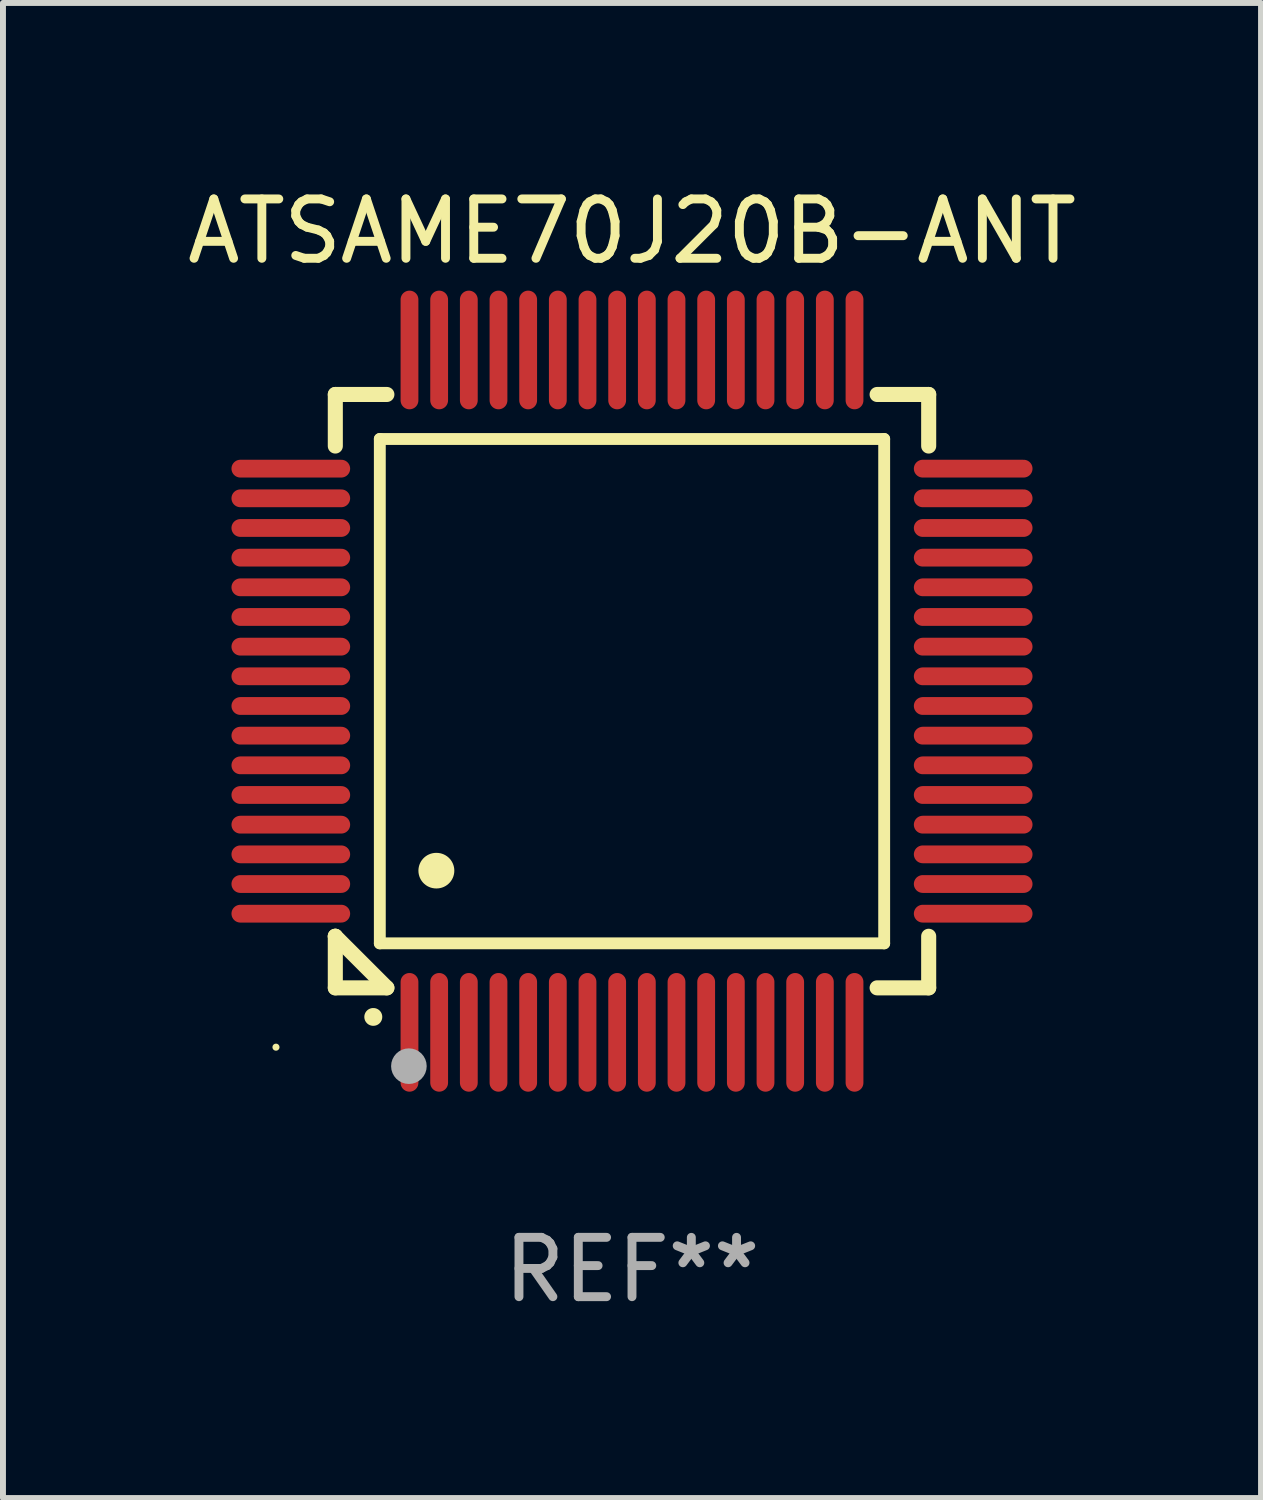
<source format=kicad_pcb>
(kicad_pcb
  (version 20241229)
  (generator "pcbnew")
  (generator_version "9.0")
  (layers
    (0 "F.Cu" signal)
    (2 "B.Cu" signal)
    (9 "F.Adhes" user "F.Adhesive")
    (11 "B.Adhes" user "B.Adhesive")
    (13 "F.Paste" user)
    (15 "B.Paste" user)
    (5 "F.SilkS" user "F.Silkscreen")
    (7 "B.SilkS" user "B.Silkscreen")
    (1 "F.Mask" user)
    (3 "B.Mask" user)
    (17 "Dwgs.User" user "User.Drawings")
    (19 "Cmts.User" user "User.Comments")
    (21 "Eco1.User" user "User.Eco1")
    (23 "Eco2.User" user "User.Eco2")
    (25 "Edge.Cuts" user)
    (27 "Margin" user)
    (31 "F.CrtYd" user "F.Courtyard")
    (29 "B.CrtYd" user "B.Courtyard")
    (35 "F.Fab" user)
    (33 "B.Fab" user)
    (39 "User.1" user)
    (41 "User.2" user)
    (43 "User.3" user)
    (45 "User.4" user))
  (footprint "ATSAME70J20B-ANT"
    (layer "F.Cu")
    (at 7.601 8.598)
    (property "Reference" "ATSAME70J20B-ANT" (at 0 -7.75 0) (layer "F.SilkS") (effects (font (size 1 1) (thickness 0.15))))
    (attr through_hole)
    (fp_line (start -5 -5) (end -4.131 -5) (stroke (width 0.254) (type solid)) (layer "F.SilkS"))
    (fp_line (start -5 -4.131) (end -5 -5) (stroke (width 0.254) (type solid)) (layer "F.SilkS"))
    (fp_line (start -5 4.131) (end -5 4.131) (stroke (width 0.254) (type solid)) (layer "F.SilkS"))
    (fp_line (start -5 5) (end -5 4.131) (stroke (width 0.254) (type solid)) (layer "F.SilkS"))
    (fp_line (start -5 4.131) (end -4.131 5) (stroke (width 0.254) (type solid)) (layer "F.SilkS"))
    (fp_line (start -4.25 -4.25) (end -4.25 4.25) (stroke (width 0.2) (type solid)) (layer "F.SilkS"))
    (fp_line (start -4.25 4.25) (end 4.25 4.25) (stroke (width 0.2) (type solid)) (layer "F.SilkS"))
    (fp_line (start -4.131 5) (end -5 5) (stroke (width 0.254) (type solid)) (layer "F.SilkS"))
    (fp_line (start 4.25 -4.25) (end -4.25 -4.25) (stroke (width 0.2) (type solid)) (layer "F.SilkS"))
    (fp_line (start 4.25 4.25) (end 4.25 -4.25) (stroke (width 0.2) (type solid)) (layer "F.SilkS"))
    (fp_line (start 5 -5) (end 4.131 -5) (stroke (width 0.254) (type solid)) (layer "F.SilkS"))
    (fp_line (start 5 -5) (end 5 -4.131) (stroke (width 0.254) (type solid)) (layer "F.SilkS"))
    (fp_line (start 5 4.131) (end 5 5) (stroke (width 0.254) (type solid)) (layer "F.SilkS"))
    (fp_line (start 5 5) (end 4.131 5) (stroke (width 0.254) (type solid)) (layer "F.SilkS"))
    (fp_arc (start -4.361265 5.489992) (mid -4.359995 5.489987) (end -4.358725 5.489992) (stroke (width 0.3) (type solid)) (layer "F.SilkS"))
    (fp_arc (start -3.299467 3.025146) (mid -3.296927 3.025135) (end -3.294387 3.025146) (stroke (width 0.6) (type solid)) (layer "F.SilkS"))
    (fp_circle (center -6 6) (end -5.97 6) (stroke (width 0.06) (type solid)) (fill no) (layer "F.SilkS"))
    (fp_circle (center -3.76 6.32) (end -3.61 6.32) (stroke (width 0.3) (type solid)) (fill no) (layer "F.Fab"))
    (fp_text user "REF**" (at 0 9.75 0) (layer "F.Fab") (effects (font (size 1 1) (thickness 0.15))))
    (pad "1" smd oval (at -3.75 5.75) (size 0.3 2) (layers "F.Cu" "F.Mask" "F.Paste"))
    (pad "2" smd oval (at -3.25 5.75) (size 0.3 2) (layers "F.Cu" "F.Mask" "F.Paste"))
    (pad "3" smd oval (at -2.75 5.75) (size 0.3 2) (layers "F.Cu" "F.Mask" "F.Paste"))
    (pad "4" smd oval (at -2.25 5.75) (size 0.3 2) (layers "F.Cu" "F.Mask" "F.Paste"))
    (pad "5" smd oval (at -1.75 5.75) (size 0.3 2) (layers "F.Cu" "F.Mask" "F.Paste"))
    (pad "6" smd oval (at -1.25 5.75) (size 0.3 2) (layers "F.Cu" "F.Mask" "F.Paste"))
    (pad "7" smd oval (at -0.75 5.75) (size 0.3 2) (layers "F.Cu" "F.Mask" "F.Paste"))
    (pad "8" smd oval (at -0.25 5.75) (size 0.3 2) (layers "F.Cu" "F.Mask" "F.Paste"))
    (pad "9" smd oval (at 0.25 5.75) (size 0.3 2) (layers "F.Cu" "F.Mask" "F.Paste"))
    (pad "10" smd oval (at 0.75 5.75) (size 0.3 2) (layers "F.Cu" "F.Mask" "F.Paste"))
    (pad "11" smd oval (at 1.25 5.75) (size 0.3 2) (layers "F.Cu" "F.Mask" "F.Paste"))
    (pad "12" smd oval (at 1.75 5.75) (size 0.3 2) (layers "F.Cu" "F.Mask" "F.Paste"))
    (pad "13" smd oval (at 2.25 5.75) (size 0.3 2) (layers "F.Cu" "F.Mask" "F.Paste"))
    (pad "14" smd oval (at 2.75 5.75) (size 0.3 2) (layers "F.Cu" "F.Mask" "F.Paste"))
    (pad "15" smd oval (at 3.25 5.75) (size 0.3 2) (layers "F.Cu" "F.Mask" "F.Paste"))
    (pad "16" smd oval (at 3.75 5.75) (size 0.3 2) (layers "F.Cu" "F.Mask" "F.Paste"))
    (pad "17" smd oval (at 5.75 3.75) (size 2 0.3) (layers "F.Cu" "F.Mask" "F.Paste"))
    (pad "18" smd oval (at 5.75 3.25) (size 2 0.3) (layers "F.Cu" "F.Mask" "F.Paste"))
    (pad "19" smd oval (at 5.75 2.75) (size 2 0.3) (layers "F.Cu" "F.Mask" "F.Paste"))
    (pad "20" smd oval (at 5.75 2.25) (size 2 0.3) (layers "F.Cu" "F.Mask" "F.Paste"))
    (pad "21" smd oval (at 5.75 1.75) (size 2 0.3) (layers "F.Cu" "F.Mask" "F.Paste"))
    (pad "22" smd oval (at 5.75 1.25) (size 2 0.3) (layers "F.Cu" "F.Mask" "F.Paste"))
    (pad "23" smd oval (at 5.75 0.75) (size 2 0.3) (layers "F.Cu" "F.Mask" "F.Paste"))
    (pad "24" smd oval (at 5.75 0.25) (size 2 0.3) (layers "F.Cu" "F.Mask" "F.Paste"))
    (pad "25" smd oval (at 5.75 -0.25) (size 2 0.3) (layers "F.Cu" "F.Mask" "F.Paste"))
    (pad "26" smd oval (at 5.75 -0.75) (size 2 0.3) (layers "F.Cu" "F.Mask" "F.Paste"))
    (pad "27" smd oval (at 5.75 -1.25) (size 2 0.3) (layers "F.Cu" "F.Mask" "F.Paste"))
    (pad "28" smd oval (at 5.75 -1.75) (size 2 0.3) (layers "F.Cu" "F.Mask" "F.Paste"))
    (pad "29" smd oval (at 5.75 -2.25) (size 2 0.3) (layers "F.Cu" "F.Mask" "F.Paste"))
    (pad "30" smd oval (at 5.75 -2.75) (size 2 0.3) (layers "F.Cu" "F.Mask" "F.Paste"))
    (pad "31" smd oval (at 5.75 -3.25) (size 2 0.3) (layers "F.Cu" "F.Mask" "F.Paste"))
    (pad "32" smd oval (at 5.75 -3.75) (size 2 0.3) (layers "F.Cu" "F.Mask" "F.Paste"))
    (pad "33" smd oval (at 3.75 -5.75) (size 0.3 2) (layers "F.Cu" "F.Mask" "F.Paste"))
    (pad "34" smd oval (at 3.25 -5.75) (size 0.3 2) (layers "F.Cu" "F.Mask" "F.Paste"))
    (pad "35" smd oval (at 2.75 -5.75) (size 0.3 2) (layers "F.Cu" "F.Mask" "F.Paste"))
    (pad "36" smd oval (at 2.25 -5.75) (size 0.3 2) (layers "F.Cu" "F.Mask" "F.Paste"))
    (pad "37" smd oval (at 1.75 -5.75) (size 0.3 2) (layers "F.Cu" "F.Mask" "F.Paste"))
    (pad "38" smd oval (at 1.25 -5.75) (size 0.3 2) (layers "F.Cu" "F.Mask" "F.Paste"))
    (pad "39" smd oval (at 0.75 -5.75) (size 0.3 2) (layers "F.Cu" "F.Mask" "F.Paste"))
    (pad "40" smd oval (at 0.25 -5.75) (size 0.3 2) (layers "F.Cu" "F.Mask" "F.Paste"))
    (pad "41" smd oval (at -0.25 -5.75) (size 0.3 2) (layers "F.Cu" "F.Mask" "F.Paste"))
    (pad "42" smd oval (at -0.75 -5.75) (size 0.3 2) (layers "F.Cu" "F.Mask" "F.Paste"))
    (pad "43" smd oval (at -1.25 -5.75) (size 0.3 2) (layers "F.Cu" "F.Mask" "F.Paste"))
    (pad "44" smd oval (at -1.75 -5.75) (size 0.3 2) (layers "F.Cu" "F.Mask" "F.Paste"))
    (pad "45" smd oval (at -2.25 -5.75) (size 0.3 2) (layers "F.Cu" "F.Mask" "F.Paste"))
    (pad "46" smd oval (at -2.75 -5.75) (size 0.3 2) (layers "F.Cu" "F.Mask" "F.Paste"))
    (pad "47" smd oval (at -3.25 -5.75) (size 0.3 2) (layers "F.Cu" "F.Mask" "F.Paste"))
    (pad "48" smd oval (at -3.75 -5.75) (size 0.3 2) (layers "F.Cu" "F.Mask" "F.Paste"))
    (pad "49" smd oval (at -5.75 -3.75) (size 2 0.3) (layers "F.Cu" "F.Mask" "F.Paste"))
    (pad "50" smd oval (at -5.75 -3.25) (size 2 0.3) (layers "F.Cu" "F.Mask" "F.Paste"))
    (pad "51" smd oval (at -5.75 -2.75) (size 2 0.3) (layers "F.Cu" "F.Mask" "F.Paste"))
    (pad "52" smd oval (at -5.75 -2.25) (size 2 0.3) (layers "F.Cu" "F.Mask" "F.Paste"))
    (pad "53" smd oval (at -5.75 -1.75) (size 2 0.3) (layers "F.Cu" "F.Mask" "F.Paste"))
    (pad "54" smd oval (at -5.75 -1.25) (size 2 0.3) (layers "F.Cu" "F.Mask" "F.Paste"))
    (pad "55" smd oval (at -5.75 -0.75) (size 2 0.3) (layers "F.Cu" "F.Mask" "F.Paste"))
    (pad "56" smd oval (at -5.75 -0.25) (size 2 0.3) (layers "F.Cu" "F.Mask" "F.Paste"))
    (pad "57" smd oval (at -5.75 0.25) (size 2 0.3) (layers "F.Cu" "F.Mask" "F.Paste"))
    (pad "58" smd oval (at -5.75 0.75) (size 2 0.3) (layers "F.Cu" "F.Mask" "F.Paste"))
    (pad "59" smd oval (at -5.75 1.25) (size 2 0.3) (layers "F.Cu" "F.Mask" "F.Paste"))
    (pad "60" smd oval (at -5.75 1.75) (size 2 0.3) (layers "F.Cu" "F.Mask" "F.Paste"))
    (pad "61" smd oval (at -5.75 2.25) (size 2 0.3) (layers "F.Cu" "F.Mask" "F.Paste"))
    (pad "62" smd oval (at -5.75 2.75) (size 2 0.3) (layers "F.Cu" "F.Mask" "F.Paste"))
    (pad "63" smd oval (at -5.75 3.25) (size 2 0.3) (layers "F.Cu" "F.Mask" "F.Paste"))
    (pad "64" smd oval (at -5.75 3.75) (size 2 0.3) (layers "F.Cu" "F.Mask" "F.Paste")))
  (gr_rect
    (start -3 -3)
    (end 18.202 22.196)
    (stroke (width 0.1) (type default))
    (fill no)
    (layer "Edge.Cuts")))
</source>
